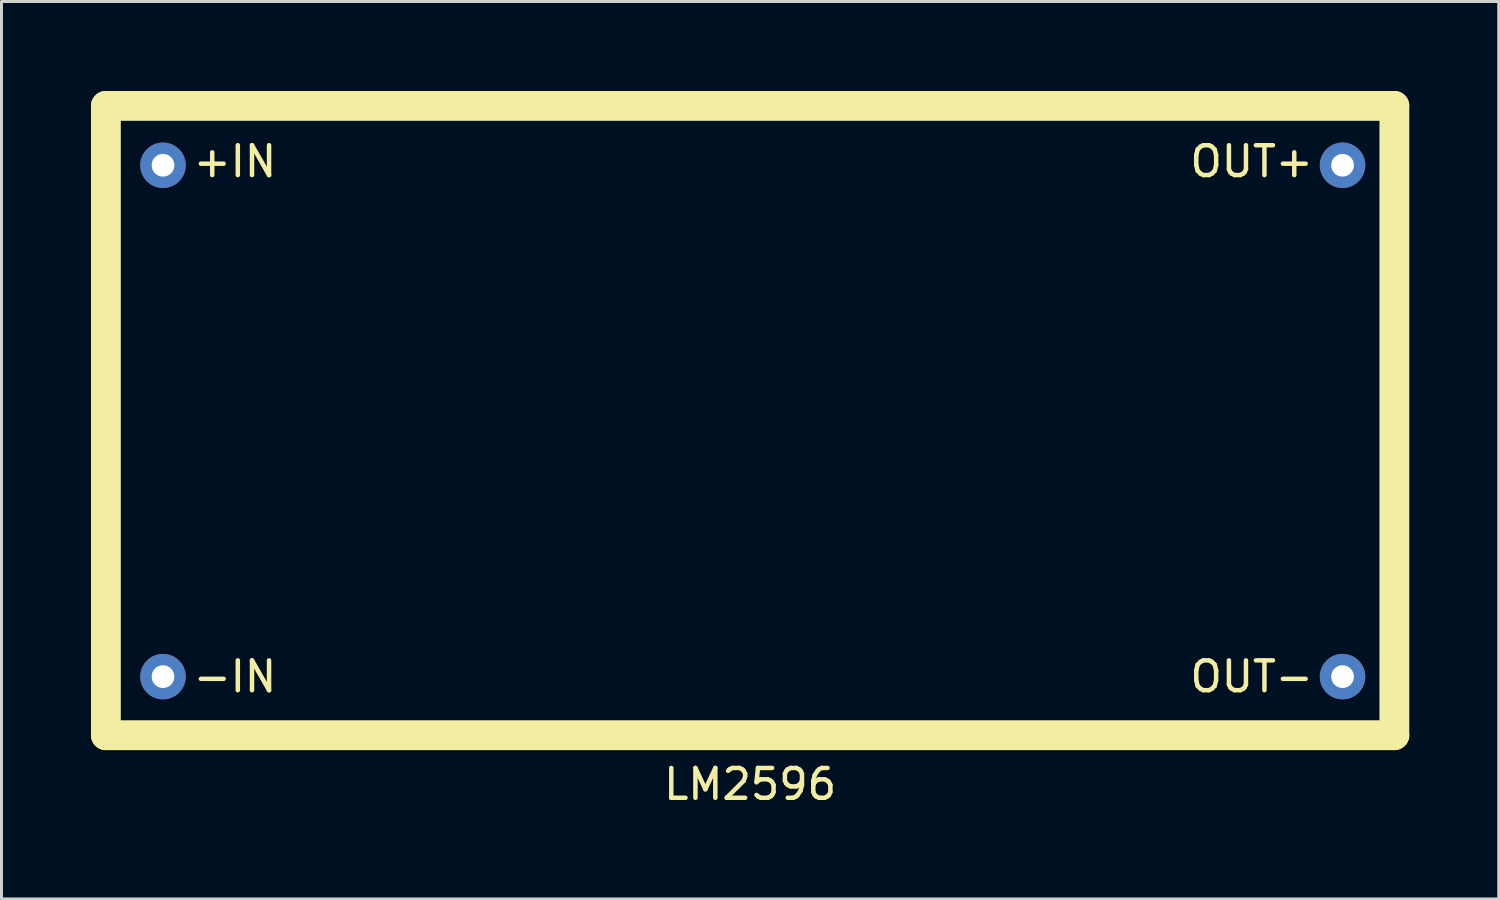
<source format=kicad_pcb>
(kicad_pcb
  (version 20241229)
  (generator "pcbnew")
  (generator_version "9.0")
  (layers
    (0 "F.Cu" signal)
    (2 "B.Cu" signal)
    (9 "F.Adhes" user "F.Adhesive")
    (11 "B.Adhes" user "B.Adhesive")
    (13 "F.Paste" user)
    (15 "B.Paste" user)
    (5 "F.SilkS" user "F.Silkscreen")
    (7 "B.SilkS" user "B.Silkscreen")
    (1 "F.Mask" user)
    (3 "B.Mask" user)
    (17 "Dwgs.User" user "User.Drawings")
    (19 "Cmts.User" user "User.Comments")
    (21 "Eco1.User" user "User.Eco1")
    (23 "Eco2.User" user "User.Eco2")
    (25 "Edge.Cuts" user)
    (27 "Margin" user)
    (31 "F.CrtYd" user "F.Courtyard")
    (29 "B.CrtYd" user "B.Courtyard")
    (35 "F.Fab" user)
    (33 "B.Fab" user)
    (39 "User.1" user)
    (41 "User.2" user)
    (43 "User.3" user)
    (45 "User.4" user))
  (footprint "LM2596"
    (layer "F.Cu")
    (at 22.1 11)
    (property "Reference" "LM2596" (at 0 12.243 0) (unlocked yes) (layer "F.SilkS") (effects (font (size 1 1) (thickness 0.15))))
    (attr through_hole)
    (fp_line (start -21.6 -10.5) (end -21.6 10.6) (stroke (width 1) (type solid)) (layer "F.SilkS"))
    (fp_line (start -21.6 10.6) (end 21.6 10.6) (stroke (width 1) (type solid)) (layer "F.SilkS"))
    (fp_line (start 21.6 -10.5) (end -21.6 -10.5) (stroke (width 1) (type solid)) (layer "F.SilkS"))
    (fp_line (start 21.6 10.6) (end 21.6 -10.5) (stroke (width 1) (type solid)) (layer "F.SilkS"))
    (fp_text user "OUT-" (at 16.815 8.636 0) (unlocked yes) (layer "F.SilkS") (effects (font (size 1 1) (thickness 0.15))))
    (fp_text user "-IN" (at -17.272 8.636 0) (unlocked yes) (layer "F.SilkS") (effects (font (size 1 1) (thickness 0.15))))
    (fp_text user "+IN" (at -17.272 -8.636 0) (unlocked yes) (layer "F.SilkS") (effects (font (size 1 1) (thickness 0.15))))
    (fp_text user "OUT+" (at 16.815 -8.636 0) (unlocked yes) (layer "F.SilkS") (effects (font (size 1 1) (thickness 0.15))))
    (pad "1" thru_hole circle (at -19.685 -8.509) (size 1.524 1.524) (drill 0.762) (layers "*.Cu" "*.Mask"))
    (pad "2" thru_hole circle (at -19.685 8.636) (size 1.524 1.524) (drill 0.762) (layers "*.Cu" "*.Mask"))
    (pad "3" thru_hole circle (at 19.863 8.636) (size 1.524 1.524) (drill 0.762) (layers "*.Cu" "*.Mask"))
    (pad "4" thru_hole circle (at 19.863 -8.509) (size 1.524 1.524) (drill 0.762) (layers "*.Cu" "*.Mask")))
  (gr_rect
    (start -3 -3)
    (end 47.2 27.091)
    (stroke (width 0.1) (type default))
    (fill no)
    (layer "Edge.Cuts")))
</source>
